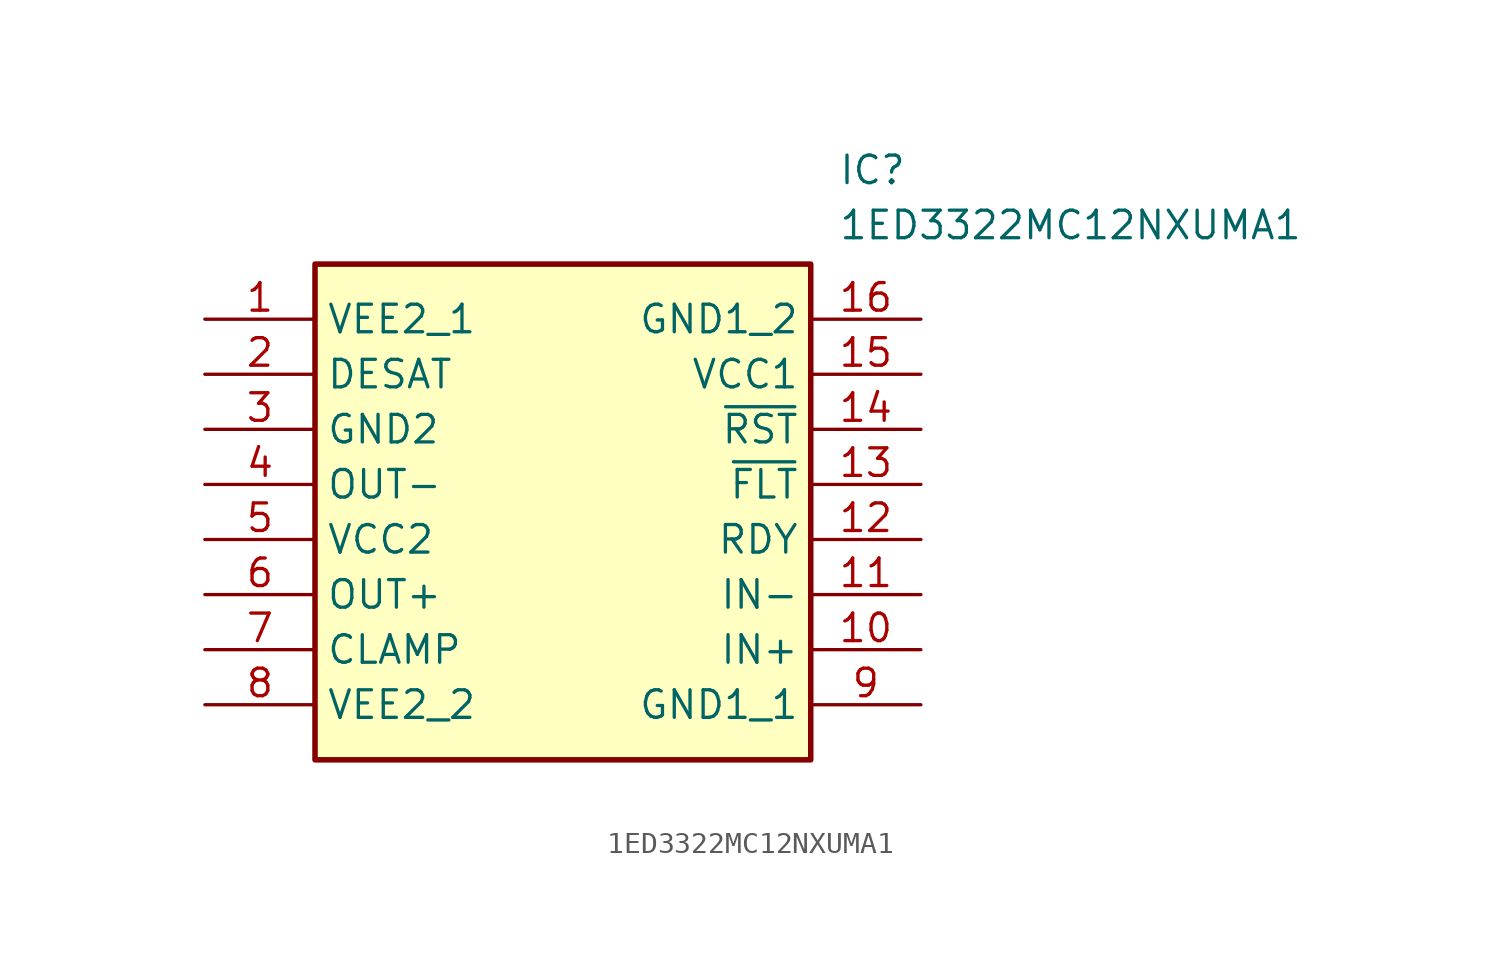
<source format=kicad_sym>
(kicad_symbol_lib
  (version 20220914)
  (generator kicad_symbol_editor)
  (symbol "1ED3322MC12NXUMA1"
    (property "Reference" "IC"
      (at 29.21 7.62 0)
      (effects (font (size 1.27 1.27)) (justify left top)))
    (property "Value" "1ED3322MC12NXUMA1"
      (at 29.21 5.08 0)
      (effects (font (size 1.27 1.27)) (justify left top)))
    (symbol "1ED3322MC12NXUMA1_1_1"
      (rectangle (start 5.08 2.54) (end 27.94 -20.32) (stroke (width 0.254) (type default)) (fill (type background)))
      (pin passive line (at 0 0 0) (length 5.08) (name "VEE2_1" (effects (font (size 1.27 1.27)))) (number "1" (effects (font (size 1.27 1.27)))))
      (pin passive line (at 33.02 -15.24 180) (length 5.08) (name "IN+" (effects (font (size 1.27 1.27)))) (number "10" (effects (font (size 1.27 1.27)))))
      (pin passive line (at 33.02 -12.7 180) (length 5.08) (name "IN-" (effects (font (size 1.27 1.27)))) (number "11" (effects (font (size 1.27 1.27)))))
      (pin passive line (at 33.02 -10.16 180) (length 5.08) (name "RDY" (effects (font (size 1.27 1.27)))) (number "12" (effects (font (size 1.27 1.27)))))
      (pin passive line (at 33.02 -7.62 180) (length 5.08) (name "~{FLT}" (effects (font (size 1.27 1.27)))) (number "13" (effects (font (size 1.27 1.27)))))
      (pin passive line (at 33.02 -5.08 180) (length 5.08) (name "~{RST}" (effects (font (size 1.27 1.27)))) (number "14" (effects (font (size 1.27 1.27)))))
      (pin passive line (at 33.02 -2.54 180) (length 5.08) (name "VCC1" (effects (font (size 1.27 1.27)))) (number "15" (effects (font (size 1.27 1.27)))))
      (pin passive line (at 33.02 0 180) (length 5.08) (name "GND1_2" (effects (font (size 1.27 1.27)))) (number "16" (effects (font (size 1.27 1.27)))))
      (pin passive line (at 0 -2.54 0) (length 5.08) (name "DESAT" (effects (font (size 1.27 1.27)))) (number "2" (effects (font (size 1.27 1.27)))))
      (pin passive line (at 0 -5.08 0) (length 5.08) (name "GND2" (effects (font (size 1.27 1.27)))) (number "3" (effects (font (size 1.27 1.27)))))
      (pin passive line (at 0 -7.62 0) (length 5.08) (name "OUT-" (effects (font (size 1.27 1.27)))) (number "4" (effects (font (size 1.27 1.27)))))
      (pin passive line (at 0 -10.16 0) (length 5.08) (name "VCC2" (effects (font (size 1.27 1.27)))) (number "5" (effects (font (size 1.27 1.27)))))
      (pin passive line (at 0 -12.7 0) (length 5.08) (name "OUT+" (effects (font (size 1.27 1.27)))) (number "6" (effects (font (size 1.27 1.27)))))
      (pin passive line (at 0 -15.24 0) (length 5.08) (name "CLAMP" (effects (font (size 1.27 1.27)))) (number "7" (effects (font (size 1.27 1.27)))))
      (pin passive line (at 0 -17.78 0) (length 5.08) (name "VEE2_2" (effects (font (size 1.27 1.27)))) (number "8" (effects (font (size 1.27 1.27)))))
      (pin passive line (at 33.02 -17.78 180) (length 5.08) (name "GND1_1" (effects (font (size 1.27 1.27)))) (number "9" (effects (font (size 1.27 1.27))))))))
</source>
